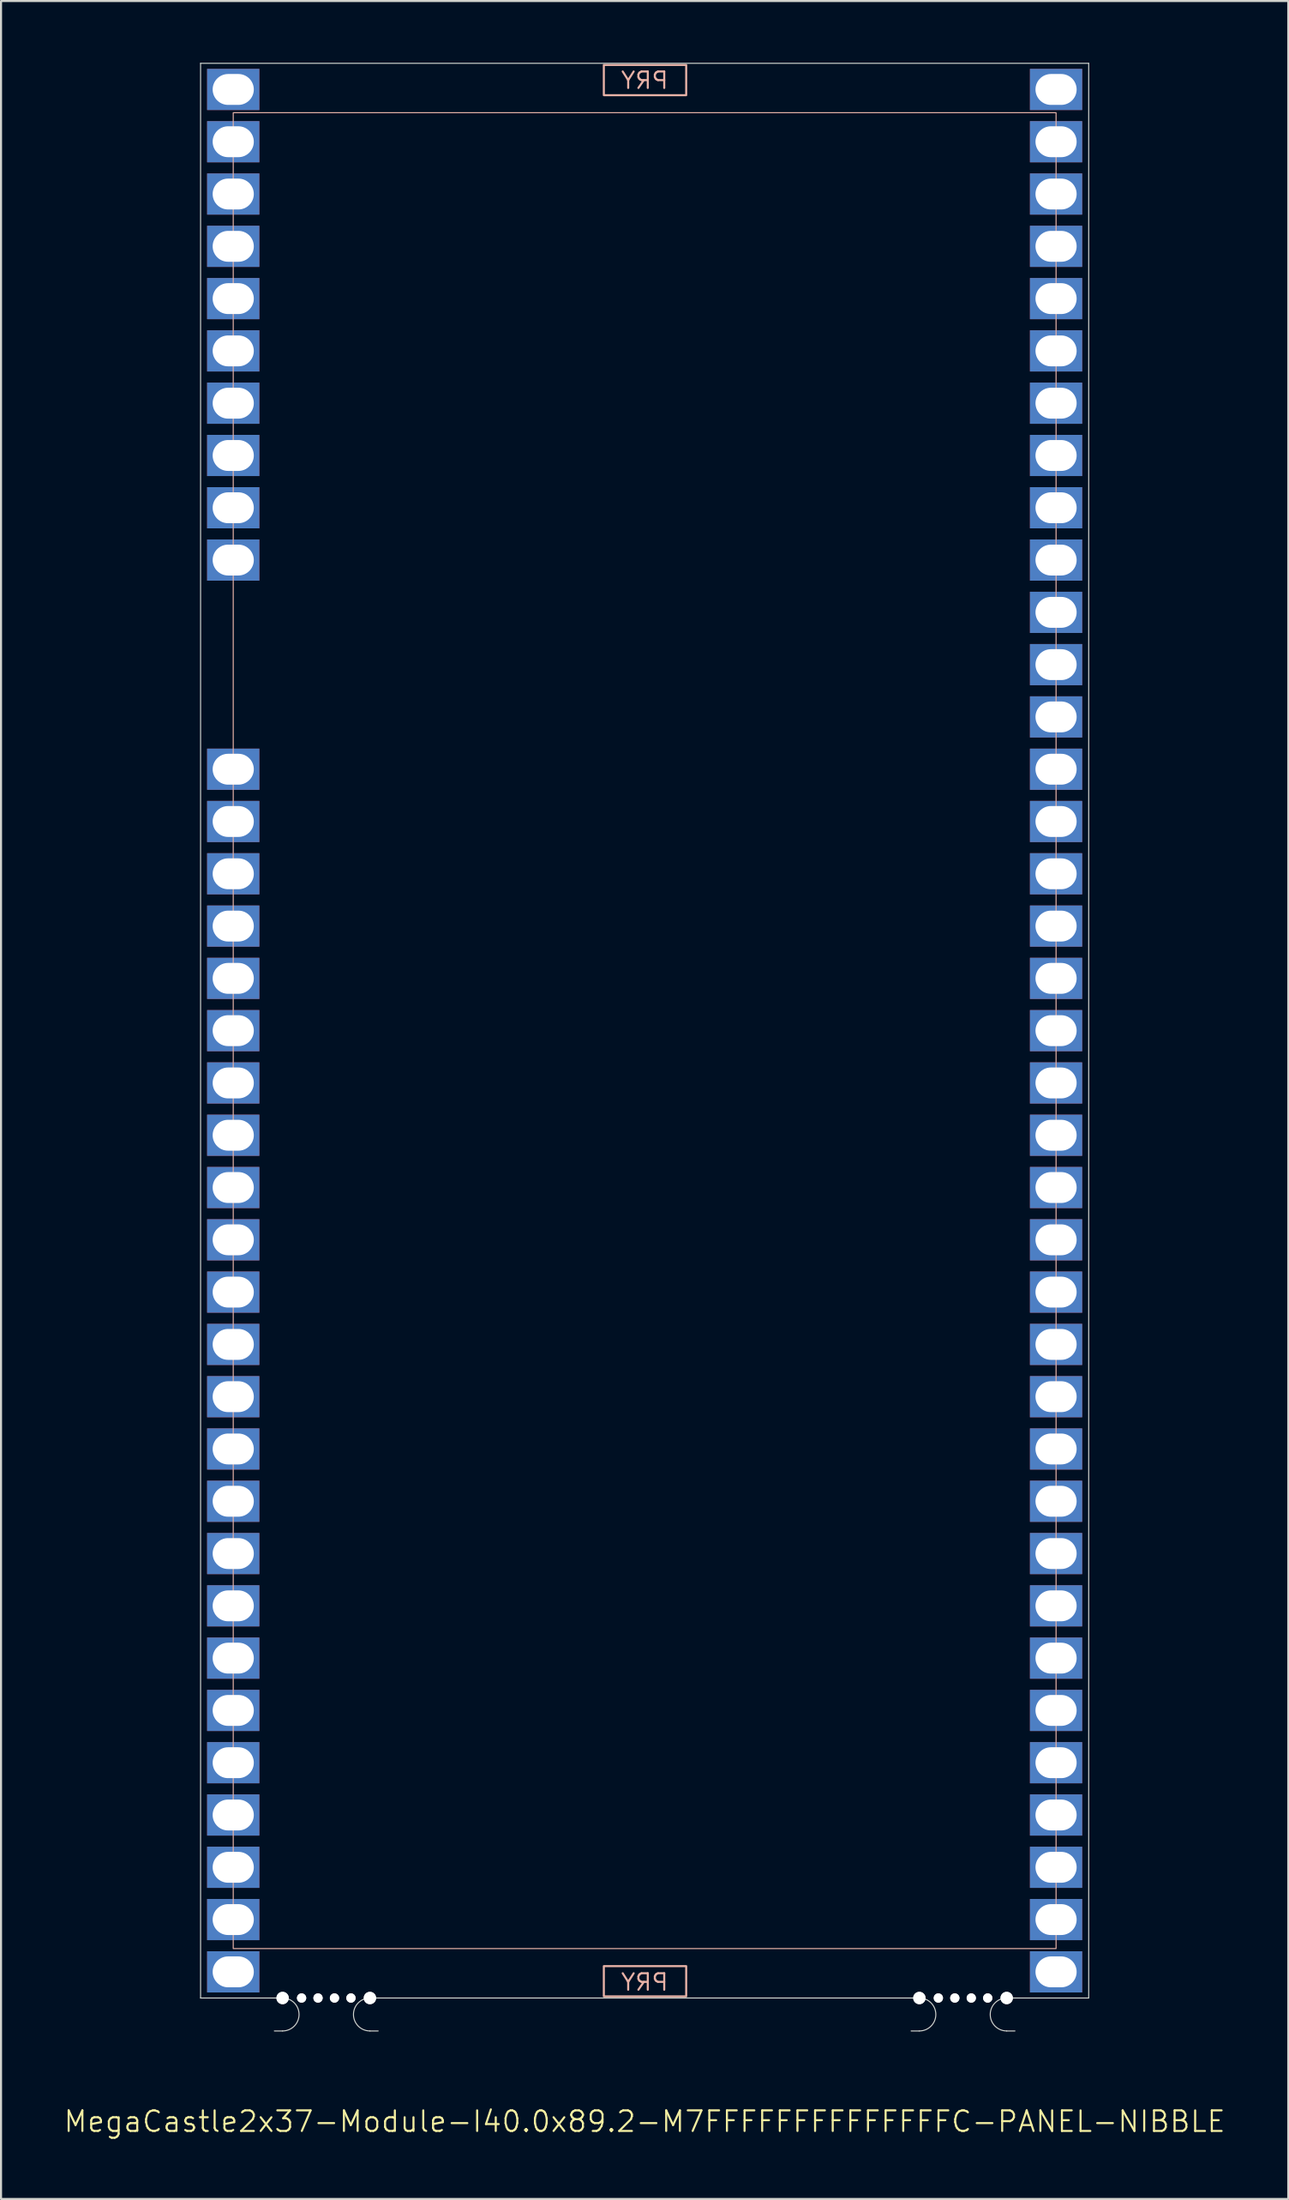
<source format=kicad_pcb>
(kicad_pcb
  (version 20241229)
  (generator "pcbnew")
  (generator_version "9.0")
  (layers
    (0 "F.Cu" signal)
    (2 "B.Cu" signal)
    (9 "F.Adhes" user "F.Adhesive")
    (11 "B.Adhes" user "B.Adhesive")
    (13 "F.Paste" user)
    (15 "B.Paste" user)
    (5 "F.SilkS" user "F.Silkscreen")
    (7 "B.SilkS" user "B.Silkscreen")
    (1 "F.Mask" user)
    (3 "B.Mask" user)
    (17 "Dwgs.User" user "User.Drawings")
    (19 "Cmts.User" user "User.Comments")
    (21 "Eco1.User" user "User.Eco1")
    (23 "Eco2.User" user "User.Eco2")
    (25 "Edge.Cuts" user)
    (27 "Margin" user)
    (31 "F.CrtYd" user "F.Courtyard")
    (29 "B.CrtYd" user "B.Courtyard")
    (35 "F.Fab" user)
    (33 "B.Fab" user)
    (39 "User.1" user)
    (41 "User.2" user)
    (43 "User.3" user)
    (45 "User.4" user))
  (footprint "MegaCastle2x37-Module-I40.0x89.2-M7FFFFFFFFFFFFFFC-PANEL-NIBBLE"
    (layer "F.Cu")
    (at 28.288 47.015)
    (property "Reference" "MegaCastle2x37-Module-I40.0x89.2-M7FFFFFFFFFFFFFFC-PANEL-NIBBLE" (at 0 52.99 0) (unlocked yes) (layer "F.SilkS") (effects (font (size 1 1) (thickness 0.1))))
    (attr smd)
    (fp_rect (start -20 44.59) (end 20 -44.59) (stroke (width 0.05) (type default)) (fill no) (layer "B.SilkS"))
    (fp_rect (start -1.984 -45.441) (end 2.02 -46.91) (stroke (width 0.1) (type default)) (fill no) (layer "B.SilkS"))
    (fp_rect (start -1.984 45.441) (end 2.02 46.91) (stroke (width 0.1) (type default)) (fill no) (layer "B.SilkS"))
    (fp_line (start -21.587 -46.99) (end -21.587 46.99) (stroke (width 0.05) (type default)) (layer "Edge.Cuts"))
    (fp_line (start -21.587 -46.99) (end 21.587 -46.99) (stroke (width 0.05) (type default)) (layer "Edge.Cuts"))
    (fp_line (start -21.587 46.99) (end -18 46.99) (stroke (width 0.05) (type default)) (layer "Edge.Cuts"))
    (fp_line (start -18 46.99) (end -17.6 46.99) (stroke (width 0.05) (type default)) (layer "Edge.Cuts"))
    (fp_line (start -18 48.59) (end -17.6 48.59) (stroke (width 0.05) (type default)) (layer "Edge.Cuts"))
    (fp_line (start -12.955 46.99) (end -13.355 46.99) (stroke (width 0.05) (type default)) (layer "Edge.Cuts"))
    (fp_line (start -12.955 46.99) (end 12.955 46.99) (stroke (width 0.05) (type default)) (layer "Edge.Cuts"))
    (fp_line (start -12.955 48.59) (end -13.355 48.59) (stroke (width 0.05) (type default)) (layer "Edge.Cuts"))
    (fp_line (start 12.955 46.99) (end 13.355 46.99) (stroke (width 0.05) (type default)) (layer "Edge.Cuts"))
    (fp_line (start 12.955 48.59) (end 13.355 48.59) (stroke (width 0.05) (type default)) (layer "Edge.Cuts"))
    (fp_line (start 18 46.99) (end 17.6 46.99) (stroke (width 0.05) (type default)) (layer "Edge.Cuts"))
    (fp_line (start 18 46.99) (end 21.587 46.99) (stroke (width 0.05) (type default)) (layer "Edge.Cuts"))
    (fp_line (start 18 48.59) (end 17.6 48.59) (stroke (width 0.05) (type default)) (layer "Edge.Cuts"))
    (fp_line (start 21.587 -46.99) (end 21.587 46.99) (stroke (width 0.05) (type default)) (layer "Edge.Cuts"))
    (fp_arc (start -17.6 46.990002) (mid -16.799999 47.790001) (end -17.6 48.59) (stroke (width 0.05) (type default)) (layer "Edge.Cuts"))
    (fp_arc (start -13.355 48.59) (mid -14.155 47.790001) (end -13.355 46.990002) (stroke (width 0.05) (type default)) (layer "Edge.Cuts"))
    (fp_arc (start 13.355001 46.990002) (mid 14.155002 47.790001) (end 13.355001 48.59) (stroke (width 0.05) (type default)) (layer "Edge.Cuts"))
    (fp_arc (start 17.600002 48.59) (mid 16.8 47.79) (end 17.600002 46.990002) (stroke (width 0.05) (type default)) (layer "Edge.Cuts"))
    (fp_text user "PRY" (at 0 -45.69 0) (unlocked yes) (layer "B.SilkS") (effects (font (size 0.8 0.8) (thickness 0.1)) (justify bottom mirror)))
    (fp_text user "PRY" (at 0 46.69 0) (unlocked yes) (layer "B.SilkS") (effects (font (size 0.8 0.8) (thickness 0.1)) (justify bottom mirror)))
    (pad "" np_thru_hole circle (at -17.6 46.99) (size 0.6 0.6) (drill 0.6) (layers "*.Cu" "Edge.Cuts"))
    (pad "" np_thru_hole circle (at -16.677 46.99) (size 0.45 0.45) (drill 0.45) (layers "*.Cu" "Edge.Cuts"))
    (pad "" np_thru_hole circle (at -15.878 46.99) (size 0.45 0.45) (drill 0.45) (layers "*.Cu" "Edge.Cuts"))
    (pad "" np_thru_hole circle (at -15.078 46.99) (size 0.45 0.45) (drill 0.45) (layers "*.Cu" "Edge.Cuts"))
    (pad "" np_thru_hole circle (at -14.277 46.99) (size 0.45 0.45) (drill 0.45) (layers "*.Cu" "Edge.Cuts"))
    (pad "" np_thru_hole circle (at -13.355 46.99) (size 0.6 0.6) (drill 0.6) (layers "*.Cu" "Edge.Cuts"))
    (pad "" np_thru_hole circle (at 13.355 46.99) (size 0.6 0.6) (drill 0.6) (layers "*.Cu" "Edge.Cuts"))
    (pad "" np_thru_hole circle (at 14.278 46.99) (size 0.45 0.45) (drill 0.45) (layers "*.Cu" "Edge.Cuts"))
    (pad "" np_thru_hole circle (at 15.078 46.99) (size 0.45 0.45) (drill 0.45) (layers "*.Cu" "Edge.Cuts"))
    (pad "" np_thru_hole circle (at 15.878 46.99) (size 0.45 0.45) (drill 0.45) (layers "*.Cu" "Edge.Cuts"))
    (pad "" np_thru_hole circle (at 16.678 46.99) (size 0.45 0.45) (drill 0.45) (layers "*.Cu" "Edge.Cuts"))
    (pad "" np_thru_hole circle (at 17.6 46.99) (size 0.6 0.6) (drill 0.6) (layers "*.Cu" "Edge.Cuts"))
    (pad "1" thru_hole rect (at -20 -45.72) (size 2.54 2) (drill oval 2 1.5) (property pad_prop_castellated) (layers "*.Cu" "*.Mask"))
    (pad "2" thru_hole rect (at -20 -43.18) (size 2.54 2) (drill oval 2 1.5) (property pad_prop_castellated) (layers "*.Cu" "*.Mask"))
    (pad "3" thru_hole rect (at -20 -40.64) (size 2.54 2) (drill oval 2 1.5) (property pad_prop_castellated) (layers "*.Cu" "*.Mask"))
    (pad "4" thru_hole rect (at -20 -38.1) (size 2.54 2) (drill oval 2 1.5) (property pad_prop_castellated) (layers "*.Cu" "*.Mask"))
    (pad "5" thru_hole rect (at -20 -35.56) (size 2.54 2) (drill oval 2 1.5) (property pad_prop_castellated) (layers "*.Cu" "*.Mask"))
    (pad "6" thru_hole rect (at -20 -33.02) (size 2.54 2) (drill oval 2 1.5) (property pad_prop_castellated) (layers "*.Cu" "*.Mask"))
    (pad "7" thru_hole rect (at -20 -30.48) (size 2.54 2) (drill oval 2 1.5) (property pad_prop_castellated) (layers "*.Cu" "*.Mask"))
    (pad "8" thru_hole rect (at -20 -27.94) (size 2.54 2) (drill oval 2 1.5) (property pad_prop_castellated) (layers "*.Cu" "*.Mask"))
    (pad "9" thru_hole rect (at -20 -25.4) (size 2.54 2) (drill oval 2 1.5) (property pad_prop_castellated) (layers "*.Cu" "*.Mask"))
    (pad "10" thru_hole rect (at -20 -22.86) (size 2.54 2) (drill oval 2 1.5) (property pad_prop_castellated) (layers "*.Cu" "*.Mask"))
    (pad "14" thru_hole rect (at -20 -12.7) (size 2.54 2) (drill oval 2 1.5) (property pad_prop_castellated) (layers "*.Cu" "*.Mask"))
    (pad "15" thru_hole rect (at -20 -10.16) (size 2.54 2) (drill oval 2 1.5) (property pad_prop_castellated) (layers "*.Cu" "*.Mask"))
    (pad "16" thru_hole rect (at -20 -7.62) (size 2.54 2) (drill oval 2 1.5) (property pad_prop_castellated) (layers "*.Cu" "*.Mask"))
    (pad "17" thru_hole rect (at -20 -5.08) (size 2.54 2) (drill oval 2 1.5) (property pad_prop_castellated) (layers "*.Cu" "*.Mask"))
    (pad "18" thru_hole rect (at -20 -2.54) (size 2.54 2) (drill oval 2 1.5) (property pad_prop_castellated) (layers "*.Cu" "*.Mask"))
    (pad "19" thru_hole rect (at -20 0) (size 2.54 2) (drill oval 2 1.5) (property pad_prop_castellated) (layers "*.Cu" "*.Mask"))
    (pad "20" thru_hole rect (at -20 2.54) (size 2.54 2) (drill oval 2 1.5) (property pad_prop_castellated) (layers "*.Cu" "*.Mask"))
    (pad "21" thru_hole rect (at -20 5.08) (size 2.54 2) (drill oval 2 1.5) (property pad_prop_castellated) (layers "*.Cu" "*.Mask"))
    (pad "22" thru_hole rect (at -20 7.62) (size 2.54 2) (drill oval 2 1.5) (property pad_prop_castellated) (layers "*.Cu" "*.Mask"))
    (pad "23" thru_hole rect (at -20 10.16) (size 2.54 2) (drill oval 2 1.5) (property pad_prop_castellated) (layers "*.Cu" "*.Mask"))
    (pad "24" thru_hole rect (at -20 12.7) (size 2.54 2) (drill oval 2 1.5) (property pad_prop_castellated) (layers "*.Cu" "*.Mask"))
    (pad "25" thru_hole rect (at -20 15.24) (size 2.54 2) (drill oval 2 1.5) (property pad_prop_castellated) (layers "*.Cu" "*.Mask"))
    (pad "26" thru_hole rect (at -20 17.78) (size 2.54 2) (drill oval 2 1.5) (property pad_prop_castellated) (layers "*.Cu" "*.Mask"))
    (pad "27" thru_hole rect (at -20 20.32) (size 2.54 2) (drill oval 2 1.5) (property pad_prop_castellated) (layers "*.Cu" "*.Mask"))
    (pad "28" thru_hole rect (at -20 22.86) (size 2.54 2) (drill oval 2 1.5) (property pad_prop_castellated) (layers "*.Cu" "*.Mask"))
    (pad "29" thru_hole rect (at -20 25.4) (size 2.54 2) (drill oval 2 1.5) (property pad_prop_castellated) (layers "*.Cu" "*.Mask"))
    (pad "30" thru_hole rect (at -20 27.94) (size 2.54 2) (drill oval 2 1.5) (property pad_prop_castellated) (layers "*.Cu" "*.Mask"))
    (pad "31" thru_hole rect (at -20 30.48) (size 2.54 2) (drill oval 2 1.5) (property pad_prop_castellated) (layers "*.Cu" "*.Mask"))
    (pad "32" thru_hole rect (at -20 33.02) (size 2.54 2) (drill oval 2 1.5) (property pad_prop_castellated) (layers "*.Cu" "*.Mask"))
    (pad "33" thru_hole rect (at -20 35.56) (size 2.54 2) (drill oval 2 1.5) (property pad_prop_castellated) (layers "*.Cu" "*.Mask"))
    (pad "34" thru_hole rect (at -20 38.1) (size 2.54 2) (drill oval 2 1.5) (property pad_prop_castellated) (layers "*.Cu" "*.Mask"))
    (pad "35" thru_hole rect (at -20 40.64) (size 2.54 2) (drill oval 2 1.5) (property pad_prop_castellated) (layers "*.Cu" "*.Mask"))
    (pad "36" thru_hole rect (at -20 43.18) (size 2.54 2) (drill oval 2 1.5) (property pad_prop_castellated) (layers "*.Cu" "*.Mask"))
    (pad "37" thru_hole rect (at -20 45.72) (size 2.54 2) (drill oval 2 1.5) (property pad_prop_castellated) (layers "*.Cu" "*.Mask"))
    (pad "38" thru_hole rect (at 20 -45.72) (size 2.54 2) (drill oval 2 1.5) (property pad_prop_castellated) (layers "*.Cu" "*.Mask"))
    (pad "39" thru_hole rect (at 20 -43.18) (size 2.54 2) (drill oval 2 1.5) (property pad_prop_castellated) (layers "*.Cu" "*.Mask"))
    (pad "40" thru_hole rect (at 20 -40.64) (size 2.54 2) (drill oval 2 1.5) (property pad_prop_castellated) (layers "*.Cu" "*.Mask"))
    (pad "41" thru_hole rect (at 20 -38.1) (size 2.54 2) (drill oval 2 1.5) (property pad_prop_castellated) (layers "*.Cu" "*.Mask"))
    (pad "42" thru_hole rect (at 20 -35.56) (size 2.54 2) (drill oval 2 1.5) (property pad_prop_castellated) (layers "*.Cu" "*.Mask"))
    (pad "43" thru_hole rect (at 20 -33.02) (size 2.54 2) (drill oval 2 1.5) (property pad_prop_castellated) (layers "*.Cu" "*.Mask"))
    (pad "44" thru_hole rect (at 20 -30.48) (size 2.54 2) (drill oval 2 1.5) (property pad_prop_castellated) (layers "*.Cu" "*.Mask"))
    (pad "45" thru_hole rect (at 20 -27.94) (size 2.54 2) (drill oval 2 1.5) (property pad_prop_castellated) (layers "*.Cu" "*.Mask"))
    (pad "46" thru_hole rect (at 20 -25.4) (size 2.54 2) (drill oval 2 1.5) (property pad_prop_castellated) (layers "*.Cu" "*.Mask"))
    (pad "47" thru_hole rect (at 20 -22.86) (size 2.54 2) (drill oval 2 1.5) (property pad_prop_castellated) (layers "*.Cu" "*.Mask"))
    (pad "48" thru_hole rect (at 20 -20.32) (size 2.54 2) (drill oval 2 1.5) (property pad_prop_castellated) (layers "*.Cu" "*.Mask"))
    (pad "49" thru_hole rect (at 20 -17.78) (size 2.54 2) (drill oval 2 1.5) (property pad_prop_castellated) (layers "*.Cu" "*.Mask"))
    (pad "50" thru_hole rect (at 20 -15.24) (size 2.54 2) (drill oval 2 1.5) (property pad_prop_castellated) (layers "*.Cu" "*.Mask"))
    (pad "51" thru_hole rect (at 20 -12.7) (size 2.54 2) (drill oval 2 1.5) (property pad_prop_castellated) (layers "*.Cu" "*.Mask"))
    (pad "52" thru_hole rect (at 20 -10.16) (size 2.54 2) (drill oval 2 1.5) (property pad_prop_castellated) (layers "*.Cu" "*.Mask"))
    (pad "53" thru_hole rect (at 20 -7.62) (size 2.54 2) (drill oval 2 1.5) (property pad_prop_castellated) (layers "*.Cu" "*.Mask"))
    (pad "54" thru_hole rect (at 20 -5.08) (size 2.54 2) (drill oval 2 1.5) (property pad_prop_castellated) (layers "*.Cu" "*.Mask"))
    (pad "55" thru_hole rect (at 20 -2.54) (size 2.54 2) (drill oval 2 1.5) (property pad_prop_castellated) (layers "*.Cu" "*.Mask"))
    (pad "56" thru_hole rect (at 20 0) (size 2.54 2) (drill oval 2 1.5) (property pad_prop_castellated) (layers "*.Cu" "*.Mask"))
    (pad "57" thru_hole rect (at 20 2.54) (size 2.54 2) (drill oval 2 1.5) (property pad_prop_castellated) (layers "*.Cu" "*.Mask"))
    (pad "58" thru_hole rect (at 20 5.08) (size 2.54 2) (drill oval 2 1.5) (property pad_prop_castellated) (layers "*.Cu" "*.Mask"))
    (pad "59" thru_hole rect (at 20 7.62) (size 2.54 2) (drill oval 2 1.5) (property pad_prop_castellated) (layers "*.Cu" "*.Mask"))
    (pad "60" thru_hole rect (at 20 10.16) (size 2.54 2) (drill oval 2 1.5) (property pad_prop_castellated) (layers "*.Cu" "*.Mask"))
    (pad "61" thru_hole rect (at 20 12.7) (size 2.54 2) (drill oval 2 1.5) (property pad_prop_castellated) (layers "*.Cu" "*.Mask"))
    (pad "62" thru_hole rect (at 20 15.24) (size 2.54 2) (drill oval 2 1.5) (property pad_prop_castellated) (layers "*.Cu" "*.Mask"))
    (pad "63" thru_hole rect (at 20 17.78) (size 2.54 2) (drill oval 2 1.5) (property pad_prop_castellated) (layers "*.Cu" "*.Mask"))
    (pad "64" thru_hole rect (at 20 20.32) (size 2.54 2) (drill oval 2 1.5) (property pad_prop_castellated) (layers "*.Cu" "*.Mask"))
    (pad "65" thru_hole rect (at 20 22.86) (size 2.54 2) (drill oval 2 1.5) (property pad_prop_castellated) (layers "*.Cu" "*.Mask"))
    (pad "66" thru_hole rect (at 20 25.4) (size 2.54 2) (drill oval 2 1.5) (property pad_prop_castellated) (layers "*.Cu" "*.Mask"))
    (pad "67" thru_hole rect (at 20 27.94) (size 2.54 2) (drill oval 2 1.5) (property pad_prop_castellated) (layers "*.Cu" "*.Mask"))
    (pad "68" thru_hole rect (at 20 30.48) (size 2.54 2) (drill oval 2 1.5) (property pad_prop_castellated) (layers "*.Cu" "*.Mask"))
    (pad "69" thru_hole rect (at 20 33.02) (size 2.54 2) (drill oval 2 1.5) (property pad_prop_castellated) (layers "*.Cu" "*.Mask"))
    (pad "70" thru_hole rect (at 20 35.56) (size 2.54 2) (drill oval 2 1.5) (property pad_prop_castellated) (layers "*.Cu" "*.Mask"))
    (pad "71" thru_hole rect (at 20 38.1) (size 2.54 2) (drill oval 2 1.5) (property pad_prop_castellated) (layers "*.Cu" "*.Mask"))
    (pad "72" thru_hole rect (at 20 40.64) (size 2.54 2) (drill oval 2 1.5) (property pad_prop_castellated) (layers "*.Cu" "*.Mask"))
    (pad "73" thru_hole rect (at 20 43.18) (size 2.54 2) (drill oval 2 1.5) (property pad_prop_castellated) (layers "*.Cu" "*.Mask"))
    (pad "74" thru_hole rect (at 20 45.72) (size 2.54 2) (drill oval 2 1.5) (property pad_prop_castellated) (layers "*.Cu" "*.Mask"))
    (zone (net_name "") (layer "B.Cu") (hatch edge 0.5) (connect_pads) (min_thickness 0.25) (filled_areas_thickness no) (keepout (tracks allowed) (vias allowed) (pads allowed) (copperpour allowed) (footprints not_allowed)) (placement (enabled no)) (fill) (polygon (pts (xy 8.288 94.005) (xy 8.288 0.025))))
    (zone (net_name "") (layer "B.Cu") (hatch edge 0.5) (connect_pads) (min_thickness 0.25) (filled_areas_thickness no) (keepout (tracks allowed) (vias allowed) (pads allowed) (copperpour allowed) (footprints not_allowed)) (placement (enabled no)) (fill) (polygon (pts (xy 48.288 94.005) (xy 48.288 0.025))))
    (zone (net_name "") (layer "B.Cu") (hatch edge 0.5) (connect_pads) (min_thickness 0.25) (filled_areas_thickness no) (keepout (tracks allowed) (vias allowed) (pads allowed) (copperpour allowed) (footprints not_allowed)) (placement (enabled no)) (fill) (polygon (pts (xy 8.288 0.025) (xy 8.288 2.425) (xy 48.288 2.425) (xy 48.288 0.025))))
    (zone (net_name "") (layer "B.Cu") (hatch edge 0.5) (connect_pads) (min_thickness 0.25) (filled_areas_thickness no) (keepout (tracks allowed) (vias allowed) (pads allowed) (copperpour allowed) (footprints not_allowed)) (placement (enabled no)) (fill) (polygon (pts (xy 8.288 94.005) (xy 8.288 91.605) (xy 48.288 91.605) (xy 48.288 94.005))))
    (zone (net_name "") (layer "B.Cu") (name "Upper Pry Zone") (hatch edge 0.5) (connect_pads) (min_thickness 0.25) (filled_areas_thickness no) (keepout (tracks not_allowed) (vias not_allowed) (pads not_allowed) (copperpour allowed) (footprints not_allowed)) (placement (enabled no)) (fill) (polygon (pts (xy 26.304 1.574) (xy 26.304 0.105) (xy 30.308 0.105) (xy 30.308 1.574))))
    (zone (net_name "") (layer "B.Cu") (name "Upper Pry Zone") (hatch edge 0.5) (connect_pads) (min_thickness 0.25) (filled_areas_thickness no) (keepout (tracks not_allowed) (vias not_allowed) (pads not_allowed) (copperpour allowed) (footprints not_allowed)) (placement (enabled no)) (fill) (polygon (pts (xy 26.304 92.456) (xy 26.304 93.925) (xy 30.308 93.925) (xy 30.308 92.456)))))
  (gr_rect
    (start -3 -3)
    (end 59.576 103.766)
    (stroke (width 0.1) (type default))
    (fill no)
    (layer "Edge.Cuts")))
</source>
